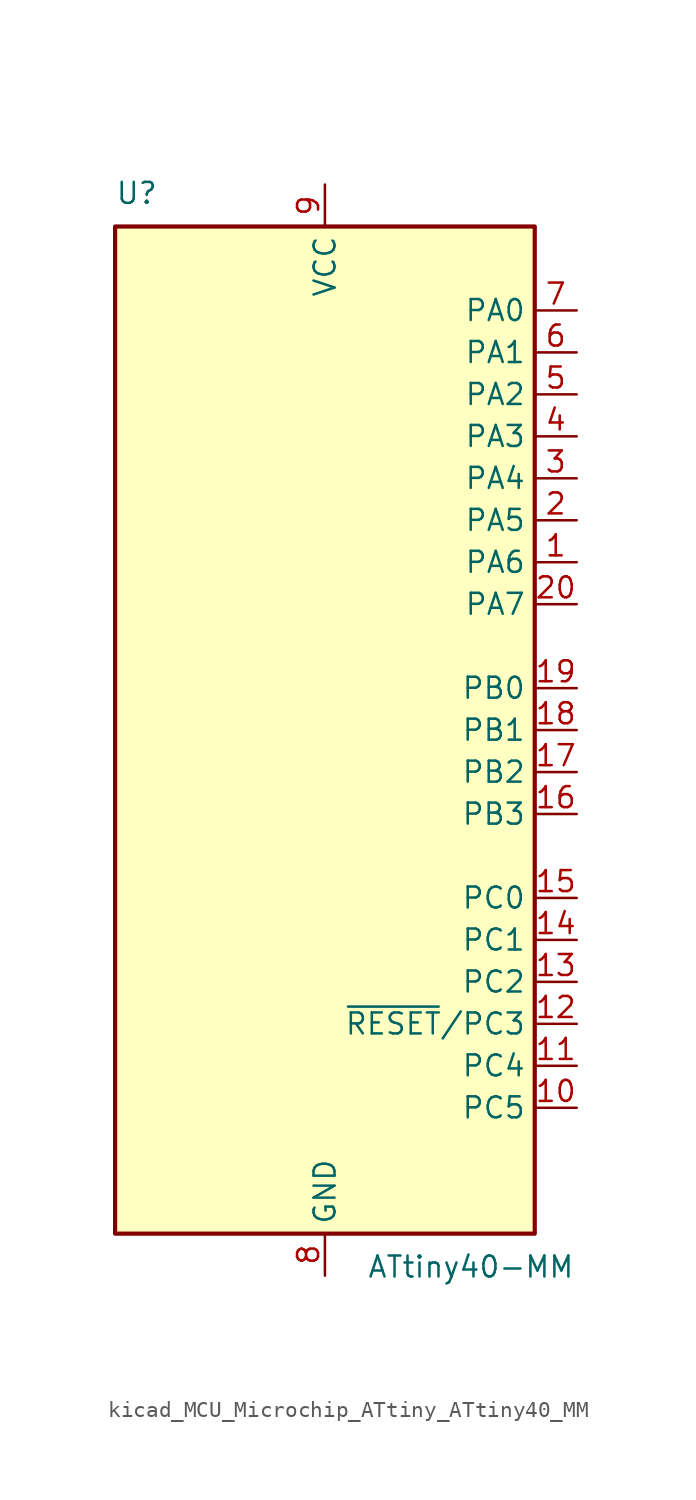
<source format=kicad_sym>
(kicad_symbol_lib
  (version 20220914)
  (generator kicad_symbol_editor)
  (symbol "kicad_MCU_Microchip_ATtiny_ATtiny40_MM"
    (property "Reference" "U"
      (at -12.7 31.75 0)
      (effects (font (size 1.27 1.27)) (justify left bottom)))
    (property "Value" "ATtiny40-MM"
      (at 2.54 -31.75 0)
      (effects (font (size 1.27 1.27)) (justify left top)))
    (symbol "kicad_MCU_Microchip_ATtiny_ATtiny40_MM_0_1"
      (rectangle (start -12.7 -30.48) (end 12.7 30.48) (stroke (width 0.254) (type default)) (fill (type background))))
    (symbol "kicad_MCU_Microchip_ATtiny_ATtiny40_MM_1_1"
      (pin bidirectional line (at 15.24 10.16 180) (length 2.54) (name "PA6" (effects (font (size 1.27 1.27)))) (number "1" (effects (font (size 1.27 1.27)))))
      (pin bidirectional line (at 15.24 -22.86 180) (length 2.54) (name "PC5" (effects (font (size 1.27 1.27)))) (number "10" (effects (font (size 1.27 1.27)))))
      (pin bidirectional line (at 15.24 -20.32 180) (length 2.54) (name "PC4" (effects (font (size 1.27 1.27)))) (number "11" (effects (font (size 1.27 1.27)))))
      (pin bidirectional line (at 15.24 -17.78 180) (length 2.54) (name "~{RESET}/PC3" (effects (font (size 1.27 1.27)))) (number "12" (effects (font (size 1.27 1.27)))))
      (pin bidirectional line (at 15.24 -15.24 180) (length 2.54) (name "PC2" (effects (font (size 1.27 1.27)))) (number "13" (effects (font (size 1.27 1.27)))))
      (pin bidirectional line (at 15.24 -12.7 180) (length 2.54) (name "PC1" (effects (font (size 1.27 1.27)))) (number "14" (effects (font (size 1.27 1.27)))))
      (pin bidirectional line (at 15.24 -10.16 180) (length 2.54) (name "PC0" (effects (font (size 1.27 1.27)))) (number "15" (effects (font (size 1.27 1.27)))))
      (pin bidirectional line (at 15.24 -5.08 180) (length 2.54) (name "PB3" (effects (font (size 1.27 1.27)))) (number "16" (effects (font (size 1.27 1.27)))))
      (pin bidirectional line (at 15.24 -2.54 180) (length 2.54) (name "PB2" (effects (font (size 1.27 1.27)))) (number "17" (effects (font (size 1.27 1.27)))))
      (pin bidirectional line (at 15.24 0 180) (length 2.54) (name "PB1" (effects (font (size 1.27 1.27)))) (number "18" (effects (font (size 1.27 1.27)))))
      (pin bidirectional line (at 15.24 2.54 180) (length 2.54) (name "PB0" (effects (font (size 1.27 1.27)))) (number "19" (effects (font (size 1.27 1.27)))))
      (pin bidirectional line (at 15.24 12.7 180) (length 2.54) (name "PA5" (effects (font (size 1.27 1.27)))) (number "2" (effects (font (size 1.27 1.27)))))
      (pin bidirectional line (at 15.24 7.62 180) (length 2.54) (name "PA7" (effects (font (size 1.27 1.27)))) (number "20" (effects (font (size 1.27 1.27)))))
      (pin passive line (at 0 -33.02 90) (length 2.54) hide (name "GND" (effects (font (size 1.27 1.27)))) (number "21" (effects (font (size 1.27 1.27)))))
      (pin bidirectional line (at 15.24 15.24 180) (length 2.54) (name "PA4" (effects (font (size 1.27 1.27)))) (number "3" (effects (font (size 1.27 1.27)))))
      (pin bidirectional line (at 15.24 17.78 180) (length 2.54) (name "PA3" (effects (font (size 1.27 1.27)))) (number "4" (effects (font (size 1.27 1.27)))))
      (pin bidirectional line (at 15.24 20.32 180) (length 2.54) (name "PA2" (effects (font (size 1.27 1.27)))) (number "5" (effects (font (size 1.27 1.27)))))
      (pin bidirectional line (at 15.24 22.86 180) (length 2.54) (name "PA1" (effects (font (size 1.27 1.27)))) (number "6" (effects (font (size 1.27 1.27)))))
      (pin bidirectional line (at 15.24 25.4 180) (length 2.54) (name "PA0" (effects (font (size 1.27 1.27)))) (number "7" (effects (font (size 1.27 1.27)))))
      (pin power_in line (at 0 -33.02 90) (length 2.54) (name "GND" (effects (font (size 1.27 1.27)))) (number "8" (effects (font (size 1.27 1.27)))))
      (pin power_in line (at 0 33.02 270) (length 2.54) (name "VCC" (effects (font (size 1.27 1.27)))) (number "9" (effects (font (size 1.27 1.27))))))))
</source>
